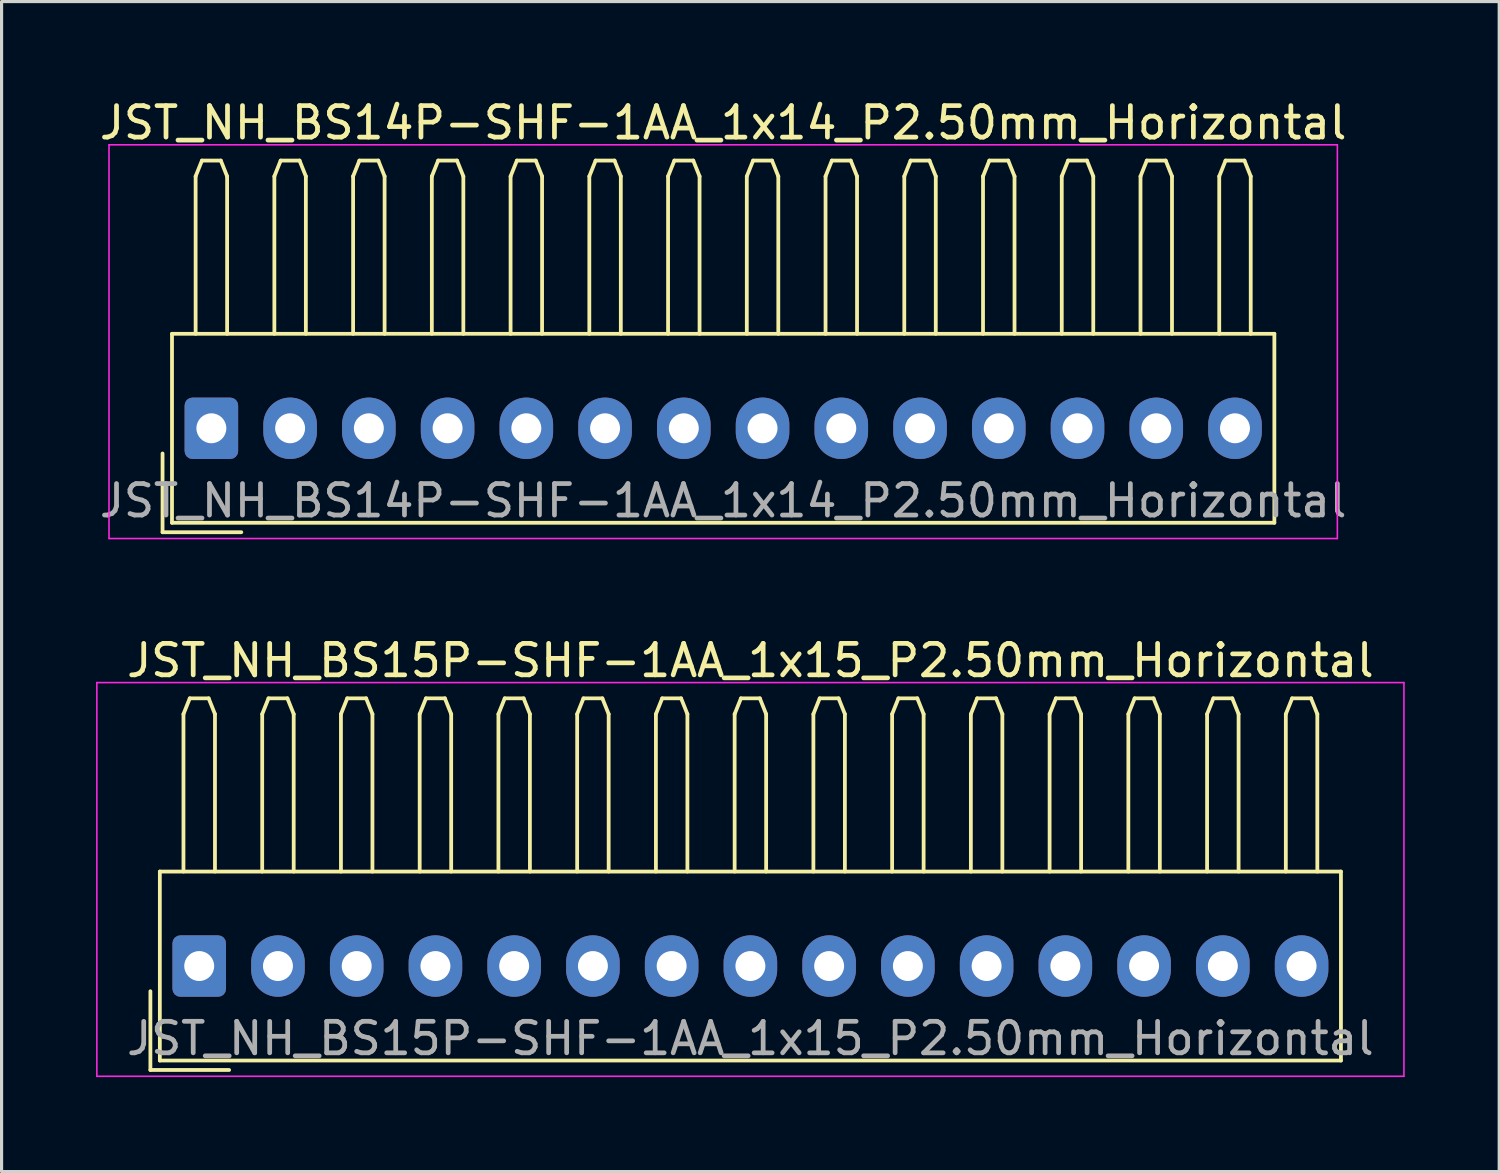
<source format=kicad_pcb>
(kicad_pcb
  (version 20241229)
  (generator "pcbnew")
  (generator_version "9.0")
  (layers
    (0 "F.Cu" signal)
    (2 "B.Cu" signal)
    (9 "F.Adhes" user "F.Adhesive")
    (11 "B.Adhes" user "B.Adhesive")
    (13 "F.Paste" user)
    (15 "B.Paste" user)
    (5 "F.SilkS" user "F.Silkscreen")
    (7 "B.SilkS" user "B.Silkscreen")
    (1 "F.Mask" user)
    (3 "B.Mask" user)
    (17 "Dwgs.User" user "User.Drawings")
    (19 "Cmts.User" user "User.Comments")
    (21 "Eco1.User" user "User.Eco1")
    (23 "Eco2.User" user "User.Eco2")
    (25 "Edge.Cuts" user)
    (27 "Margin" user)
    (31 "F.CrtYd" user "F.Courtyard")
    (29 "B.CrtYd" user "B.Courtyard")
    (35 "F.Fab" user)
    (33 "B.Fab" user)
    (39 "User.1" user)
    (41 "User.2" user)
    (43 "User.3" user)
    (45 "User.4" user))
  (footprint "JST_NH_BS14P-SHF-1AA_1x14_P2.50mm_Horizontal"
    (layer "F.Cu")
    (at 3.661 10.548)
    (property "Reference" "JST_NH_BS14P-SHF-1AA_1x14_P2.50mm_Horizontal" (at 16.25 -9.7 0) (layer "F.SilkS") (effects (font (size 1 1) (thickness 0.15))))
    (attr through_hole)
    (fp_line (start -1.55 0.8) (end -1.55 3.3) (stroke (width 0.12) (type solid)) (layer "F.SilkS"))
    (fp_line (start -1.55 3.3) (end 0.95 3.3) (stroke (width 0.12) (type solid)) (layer "F.SilkS"))
    (fp_line (start -1.25 -3) (end -1.25 3) (stroke (width 0.12) (type solid)) (layer "F.SilkS"))
    (fp_line (start -1.25 3) (end 33.75 3) (stroke (width 0.12) (type solid)) (layer "F.SilkS"))
    (fp_line (start -0.5 -8) (end -0.3 -8.5) (stroke (width 0.12) (type solid)) (layer "F.SilkS"))
    (fp_line (start -0.5 -3) (end -0.5 -8) (stroke (width 0.12) (type solid)) (layer "F.SilkS"))
    (fp_line (start -0.3 -8.5) (end 0.3 -8.5) (stroke (width 0.12) (type solid)) (layer "F.SilkS"))
    (fp_line (start 0.3 -8.5) (end 0.5 -8) (stroke (width 0.12) (type solid)) (layer "F.SilkS"))
    (fp_line (start 0.5 -8) (end 0.5 -3) (stroke (width 0.12) (type solid)) (layer "F.SilkS"))
    (fp_line (start 2 -8) (end 2.2 -8.5) (stroke (width 0.12) (type solid)) (layer "F.SilkS"))
    (fp_line (start 2 -3) (end 2 -8) (stroke (width 0.12) (type solid)) (layer "F.SilkS"))
    (fp_line (start 2.2 -8.5) (end 2.8 -8.5) (stroke (width 0.12) (type solid)) (layer "F.SilkS"))
    (fp_line (start 2.8 -8.5) (end 3 -8) (stroke (width 0.12) (type solid)) (layer "F.SilkS"))
    (fp_line (start 3 -8) (end 3 -3) (stroke (width 0.12) (type solid)) (layer "F.SilkS"))
    (fp_line (start 4.5 -8) (end 4.7 -8.5) (stroke (width 0.12) (type solid)) (layer "F.SilkS"))
    (fp_line (start 4.5 -3) (end 4.5 -8) (stroke (width 0.12) (type solid)) (layer "F.SilkS"))
    (fp_line (start 4.7 -8.5) (end 5.3 -8.5) (stroke (width 0.12) (type solid)) (layer "F.SilkS"))
    (fp_line (start 5.3 -8.5) (end 5.5 -8) (stroke (width 0.12) (type solid)) (layer "F.SilkS"))
    (fp_line (start 5.5 -8) (end 5.5 -3) (stroke (width 0.12) (type solid)) (layer "F.SilkS"))
    (fp_line (start 7 -8) (end 7.2 -8.5) (stroke (width 0.12) (type solid)) (layer "F.SilkS"))
    (fp_line (start 7 -3) (end 7 -8) (stroke (width 0.12) (type solid)) (layer "F.SilkS"))
    (fp_line (start 7.2 -8.5) (end 7.8 -8.5) (stroke (width 0.12) (type solid)) (layer "F.SilkS"))
    (fp_line (start 7.8 -8.5) (end 8 -8) (stroke (width 0.12) (type solid)) (layer "F.SilkS"))
    (fp_line (start 8 -8) (end 8 -3) (stroke (width 0.12) (type solid)) (layer "F.SilkS"))
    (fp_line (start 9.5 -8) (end 9.7 -8.5) (stroke (width 0.12) (type solid)) (layer "F.SilkS"))
    (fp_line (start 9.5 -3) (end 9.5 -8) (stroke (width 0.12) (type solid)) (layer "F.SilkS"))
    (fp_line (start 9.7 -8.5) (end 10.3 -8.5) (stroke (width 0.12) (type solid)) (layer "F.SilkS"))
    (fp_line (start 10.3 -8.5) (end 10.5 -8) (stroke (width 0.12) (type solid)) (layer "F.SilkS"))
    (fp_line (start 10.5 -8) (end 10.5 -3) (stroke (width 0.12) (type solid)) (layer "F.SilkS"))
    (fp_line (start 12 -8) (end 12.2 -8.5) (stroke (width 0.12) (type solid)) (layer "F.SilkS"))
    (fp_line (start 12 -3) (end 12 -8) (stroke (width 0.12) (type solid)) (layer "F.SilkS"))
    (fp_line (start 12.2 -8.5) (end 12.8 -8.5) (stroke (width 0.12) (type solid)) (layer "F.SilkS"))
    (fp_line (start 12.8 -8.5) (end 13 -8) (stroke (width 0.12) (type solid)) (layer "F.SilkS"))
    (fp_line (start 13 -8) (end 13 -3) (stroke (width 0.12) (type solid)) (layer "F.SilkS"))
    (fp_line (start 14.5 -8) (end 14.7 -8.5) (stroke (width 0.12) (type solid)) (layer "F.SilkS"))
    (fp_line (start 14.5 -3) (end 14.5 -8) (stroke (width 0.12) (type solid)) (layer "F.SilkS"))
    (fp_line (start 14.7 -8.5) (end 15.3 -8.5) (stroke (width 0.12) (type solid)) (layer "F.SilkS"))
    (fp_line (start 15.3 -8.5) (end 15.5 -8) (stroke (width 0.12) (type solid)) (layer "F.SilkS"))
    (fp_line (start 15.5 -8) (end 15.5 -3) (stroke (width 0.12) (type solid)) (layer "F.SilkS"))
    (fp_line (start 17 -8) (end 17.2 -8.5) (stroke (width 0.12) (type solid)) (layer "F.SilkS"))
    (fp_line (start 17 -3) (end 17 -8) (stroke (width 0.12) (type solid)) (layer "F.SilkS"))
    (fp_line (start 17.2 -8.5) (end 17.8 -8.5) (stroke (width 0.12) (type solid)) (layer "F.SilkS"))
    (fp_line (start 17.8 -8.5) (end 18 -8) (stroke (width 0.12) (type solid)) (layer "F.SilkS"))
    (fp_line (start 18 -8) (end 18 -3) (stroke (width 0.12) (type solid)) (layer "F.SilkS"))
    (fp_line (start 19.5 -8) (end 19.7 -8.5) (stroke (width 0.12) (type solid)) (layer "F.SilkS"))
    (fp_line (start 19.5 -3) (end 19.5 -8) (stroke (width 0.12) (type solid)) (layer "F.SilkS"))
    (fp_line (start 19.7 -8.5) (end 20.3 -8.5) (stroke (width 0.12) (type solid)) (layer "F.SilkS"))
    (fp_line (start 20.3 -8.5) (end 20.5 -8) (stroke (width 0.12) (type solid)) (layer "F.SilkS"))
    (fp_line (start 20.5 -8) (end 20.5 -3) (stroke (width 0.12) (type solid)) (layer "F.SilkS"))
    (fp_line (start 22 -8) (end 22.2 -8.5) (stroke (width 0.12) (type solid)) (layer "F.SilkS"))
    (fp_line (start 22 -3) (end 22 -8) (stroke (width 0.12) (type solid)) (layer "F.SilkS"))
    (fp_line (start 22.2 -8.5) (end 22.8 -8.5) (stroke (width 0.12) (type solid)) (layer "F.SilkS"))
    (fp_line (start 22.8 -8.5) (end 23 -8) (stroke (width 0.12) (type solid)) (layer "F.SilkS"))
    (fp_line (start 23 -8) (end 23 -3) (stroke (width 0.12) (type solid)) (layer "F.SilkS"))
    (fp_line (start 24.5 -8) (end 24.7 -8.5) (stroke (width 0.12) (type solid)) (layer "F.SilkS"))
    (fp_line (start 24.5 -3) (end 24.5 -8) (stroke (width 0.12) (type solid)) (layer "F.SilkS"))
    (fp_line (start 24.7 -8.5) (end 25.3 -8.5) (stroke (width 0.12) (type solid)) (layer "F.SilkS"))
    (fp_line (start 25.3 -8.5) (end 25.5 -8) (stroke (width 0.12) (type solid)) (layer "F.SilkS"))
    (fp_line (start 25.5 -8) (end 25.5 -3) (stroke (width 0.12) (type solid)) (layer "F.SilkS"))
    (fp_line (start 27 -8) (end 27.2 -8.5) (stroke (width 0.12) (type solid)) (layer "F.SilkS"))
    (fp_line (start 27 -3) (end 27 -8) (stroke (width 0.12) (type solid)) (layer "F.SilkS"))
    (fp_line (start 27.2 -8.5) (end 27.8 -8.5) (stroke (width 0.12) (type solid)) (layer "F.SilkS"))
    (fp_line (start 27.8 -8.5) (end 28 -8) (stroke (width 0.12) (type solid)) (layer "F.SilkS"))
    (fp_line (start 28 -8) (end 28 -3) (stroke (width 0.12) (type solid)) (layer "F.SilkS"))
    (fp_line (start 29.5 -8) (end 29.7 -8.5) (stroke (width 0.12) (type solid)) (layer "F.SilkS"))
    (fp_line (start 29.5 -3) (end 29.5 -8) (stroke (width 0.12) (type solid)) (layer "F.SilkS"))
    (fp_line (start 29.7 -8.5) (end 30.3 -8.5) (stroke (width 0.12) (type solid)) (layer "F.SilkS"))
    (fp_line (start 30.3 -8.5) (end 30.5 -8) (stroke (width 0.12) (type solid)) (layer "F.SilkS"))
    (fp_line (start 30.5 -8) (end 30.5 -3) (stroke (width 0.12) (type solid)) (layer "F.SilkS"))
    (fp_line (start 32 -8) (end 32.2 -8.5) (stroke (width 0.12) (type solid)) (layer "F.SilkS"))
    (fp_line (start 32 -3) (end 32 -8) (stroke (width 0.12) (type solid)) (layer "F.SilkS"))
    (fp_line (start 32.2 -8.5) (end 32.8 -8.5) (stroke (width 0.12) (type solid)) (layer "F.SilkS"))
    (fp_line (start 32.8 -8.5) (end 33 -8) (stroke (width 0.12) (type solid)) (layer "F.SilkS"))
    (fp_line (start 33 -8) (end 33 -3) (stroke (width 0.12) (type solid)) (layer "F.SilkS"))
    (fp_line (start 33.75 -3) (end -1.25 -3) (stroke (width 0.12) (type solid)) (layer "F.SilkS"))
    (fp_line (start 33.75 3) (end 33.75 -3) (stroke (width 0.12) (type solid)) (layer "F.SilkS"))
    (fp_line (start -3.25 -9) (end -3.25 3.5) (stroke (width 0.05) (type solid)) (layer "F.CrtYd"))
    (fp_line (start -3.25 3.5) (end 35.75 3.5) (stroke (width 0.05) (type solid)) (layer "F.CrtYd"))
    (fp_line (start 35.75 -9) (end -3.25 -9) (stroke (width 0.05) (type solid)) (layer "F.CrtYd"))
    (fp_line (start 35.75 3.5) (end 35.75 -9) (stroke (width 0.05) (type solid)) (layer "F.CrtYd"))
    (fp_text user "${REFERENCE}" (at 16.25 2.3 0) (layer "F.Fab") (effects (font (size 1 1) (thickness 0.15))))
    (pad "1" thru_hole roundrect (at 0 0) (size 1.7 1.95) (drill 0.95) (layers "*.Cu" "*.Mask") (roundrect_rratio 0.147))
    (pad "2" thru_hole oval (at 2.5 0) (size 1.7 1.95) (drill 0.95) (layers "*.Cu" "*.Mask"))
    (pad "3" thru_hole oval (at 5 0) (size 1.7 1.95) (drill 0.95) (layers "*.Cu" "*.Mask"))
    (pad "4" thru_hole oval (at 7.5 0) (size 1.7 1.95) (drill 0.95) (layers "*.Cu" "*.Mask"))
    (pad "5" thru_hole oval (at 10 0) (size 1.7 1.95) (drill 0.95) (layers "*.Cu" "*.Mask"))
    (pad "6" thru_hole oval (at 12.5 0) (size 1.7 1.95) (drill 0.95) (layers "*.Cu" "*.Mask"))
    (pad "7" thru_hole oval (at 15 0) (size 1.7 1.95) (drill 0.95) (layers "*.Cu" "*.Mask"))
    (pad "8" thru_hole oval (at 17.5 0) (size 1.7 1.95) (drill 0.95) (layers "*.Cu" "*.Mask"))
    (pad "9" thru_hole oval (at 20 0) (size 1.7 1.95) (drill 0.95) (layers "*.Cu" "*.Mask"))
    (pad "10" thru_hole oval (at 22.5 0) (size 1.7 1.95) (drill 0.95) (layers "*.Cu" "*.Mask"))
    (pad "11" thru_hole oval (at 25 0) (size 1.7 1.95) (drill 0.95) (layers "*.Cu" "*.Mask"))
    (pad "12" thru_hole oval (at 27.5 0) (size 1.7 1.95) (drill 0.95) (layers "*.Cu" "*.Mask"))
    (pad "13" thru_hole oval (at 30 0) (size 1.7 1.95) (drill 0.95) (layers "*.Cu" "*.Mask"))
    (pad "14" thru_hole oval (at 32.5 0) (size 1.7 1.95) (drill 0.95) (layers "*.Cu" "*.Mask")))
  (footprint "JST_NH_BS15P-SHF-1AA_1x15_P2.50mm_Horizontal"
    (layer "F.Cu")
    (at 3.275 27.622)
    (property "Reference" "JST_NH_BS15P-SHF-1AA_1x15_P2.50mm_Horizontal" (at 17.5 -9.7 0) (layer "F.SilkS") (effects (font (size 1 1) (thickness 0.15))))
    (attr through_hole)
    (fp_line (start -1.55 0.8) (end -1.55 3.3) (stroke (width 0.12) (type solid)) (layer "F.SilkS"))
    (fp_line (start -1.55 3.3) (end 0.95 3.3) (stroke (width 0.12) (type solid)) (layer "F.SilkS"))
    (fp_line (start -1.25 -3) (end -1.25 3) (stroke (width 0.12) (type solid)) (layer "F.SilkS"))
    (fp_line (start -1.25 3) (end 36.25 3) (stroke (width 0.12) (type solid)) (layer "F.SilkS"))
    (fp_line (start -0.5 -8) (end -0.3 -8.5) (stroke (width 0.12) (type solid)) (layer "F.SilkS"))
    (fp_line (start -0.5 -3) (end -0.5 -8) (stroke (width 0.12) (type solid)) (layer "F.SilkS"))
    (fp_line (start -0.3 -8.5) (end 0.3 -8.5) (stroke (width 0.12) (type solid)) (layer "F.SilkS"))
    (fp_line (start 0.3 -8.5) (end 0.5 -8) (stroke (width 0.12) (type solid)) (layer "F.SilkS"))
    (fp_line (start 0.5 -8) (end 0.5 -3) (stroke (width 0.12) (type solid)) (layer "F.SilkS"))
    (fp_line (start 2 -8) (end 2.2 -8.5) (stroke (width 0.12) (type solid)) (layer "F.SilkS"))
    (fp_line (start 2 -3) (end 2 -8) (stroke (width 0.12) (type solid)) (layer "F.SilkS"))
    (fp_line (start 2.2 -8.5) (end 2.8 -8.5) (stroke (width 0.12) (type solid)) (layer "F.SilkS"))
    (fp_line (start 2.8 -8.5) (end 3 -8) (stroke (width 0.12) (type solid)) (layer "F.SilkS"))
    (fp_line (start 3 -8) (end 3 -3) (stroke (width 0.12) (type solid)) (layer "F.SilkS"))
    (fp_line (start 4.5 -8) (end 4.7 -8.5) (stroke (width 0.12) (type solid)) (layer "F.SilkS"))
    (fp_line (start 4.5 -3) (end 4.5 -8) (stroke (width 0.12) (type solid)) (layer "F.SilkS"))
    (fp_line (start 4.7 -8.5) (end 5.3 -8.5) (stroke (width 0.12) (type solid)) (layer "F.SilkS"))
    (fp_line (start 5.3 -8.5) (end 5.5 -8) (stroke (width 0.12) (type solid)) (layer "F.SilkS"))
    (fp_line (start 5.5 -8) (end 5.5 -3) (stroke (width 0.12) (type solid)) (layer "F.SilkS"))
    (fp_line (start 7 -8) (end 7.2 -8.5) (stroke (width 0.12) (type solid)) (layer "F.SilkS"))
    (fp_line (start 7 -3) (end 7 -8) (stroke (width 0.12) (type solid)) (layer "F.SilkS"))
    (fp_line (start 7.2 -8.5) (end 7.8 -8.5) (stroke (width 0.12) (type solid)) (layer "F.SilkS"))
    (fp_line (start 7.8 -8.5) (end 8 -8) (stroke (width 0.12) (type solid)) (layer "F.SilkS"))
    (fp_line (start 8 -8) (end 8 -3) (stroke (width 0.12) (type solid)) (layer "F.SilkS"))
    (fp_line (start 9.5 -8) (end 9.7 -8.5) (stroke (width 0.12) (type solid)) (layer "F.SilkS"))
    (fp_line (start 9.5 -3) (end 9.5 -8) (stroke (width 0.12) (type solid)) (layer "F.SilkS"))
    (fp_line (start 9.7 -8.5) (end 10.3 -8.5) (stroke (width 0.12) (type solid)) (layer "F.SilkS"))
    (fp_line (start 10.3 -8.5) (end 10.5 -8) (stroke (width 0.12) (type solid)) (layer "F.SilkS"))
    (fp_line (start 10.5 -8) (end 10.5 -3) (stroke (width 0.12) (type solid)) (layer "F.SilkS"))
    (fp_line (start 12 -8) (end 12.2 -8.5) (stroke (width 0.12) (type solid)) (layer "F.SilkS"))
    (fp_line (start 12 -3) (end 12 -8) (stroke (width 0.12) (type solid)) (layer "F.SilkS"))
    (fp_line (start 12.2 -8.5) (end 12.8 -8.5) (stroke (width 0.12) (type solid)) (layer "F.SilkS"))
    (fp_line (start 12.8 -8.5) (end 13 -8) (stroke (width 0.12) (type solid)) (layer "F.SilkS"))
    (fp_line (start 13 -8) (end 13 -3) (stroke (width 0.12) (type solid)) (layer "F.SilkS"))
    (fp_line (start 14.5 -8) (end 14.7 -8.5) (stroke (width 0.12) (type solid)) (layer "F.SilkS"))
    (fp_line (start 14.5 -3) (end 14.5 -8) (stroke (width 0.12) (type solid)) (layer "F.SilkS"))
    (fp_line (start 14.7 -8.5) (end 15.3 -8.5) (stroke (width 0.12) (type solid)) (layer "F.SilkS"))
    (fp_line (start 15.3 -8.5) (end 15.5 -8) (stroke (width 0.12) (type solid)) (layer "F.SilkS"))
    (fp_line (start 15.5 -8) (end 15.5 -3) (stroke (width 0.12) (type solid)) (layer "F.SilkS"))
    (fp_line (start 17 -8) (end 17.2 -8.5) (stroke (width 0.12) (type solid)) (layer "F.SilkS"))
    (fp_line (start 17 -3) (end 17 -8) (stroke (width 0.12) (type solid)) (layer "F.SilkS"))
    (fp_line (start 17.2 -8.5) (end 17.8 -8.5) (stroke (width 0.12) (type solid)) (layer "F.SilkS"))
    (fp_line (start 17.8 -8.5) (end 18 -8) (stroke (width 0.12) (type solid)) (layer "F.SilkS"))
    (fp_line (start 18 -8) (end 18 -3) (stroke (width 0.12) (type solid)) (layer "F.SilkS"))
    (fp_line (start 19.5 -8) (end 19.7 -8.5) (stroke (width 0.12) (type solid)) (layer "F.SilkS"))
    (fp_line (start 19.5 -3) (end 19.5 -8) (stroke (width 0.12) (type solid)) (layer "F.SilkS"))
    (fp_line (start 19.7 -8.5) (end 20.3 -8.5) (stroke (width 0.12) (type solid)) (layer "F.SilkS"))
    (fp_line (start 20.3 -8.5) (end 20.5 -8) (stroke (width 0.12) (type solid)) (layer "F.SilkS"))
    (fp_line (start 20.5 -8) (end 20.5 -3) (stroke (width 0.12) (type solid)) (layer "F.SilkS"))
    (fp_line (start 22 -8) (end 22.2 -8.5) (stroke (width 0.12) (type solid)) (layer "F.SilkS"))
    (fp_line (start 22 -3) (end 22 -8) (stroke (width 0.12) (type solid)) (layer "F.SilkS"))
    (fp_line (start 22.2 -8.5) (end 22.8 -8.5) (stroke (width 0.12) (type solid)) (layer "F.SilkS"))
    (fp_line (start 22.8 -8.5) (end 23 -8) (stroke (width 0.12) (type solid)) (layer "F.SilkS"))
    (fp_line (start 23 -8) (end 23 -3) (stroke (width 0.12) (type solid)) (layer "F.SilkS"))
    (fp_line (start 24.5 -8) (end 24.7 -8.5) (stroke (width 0.12) (type solid)) (layer "F.SilkS"))
    (fp_line (start 24.5 -3) (end 24.5 -8) (stroke (width 0.12) (type solid)) (layer "F.SilkS"))
    (fp_line (start 24.7 -8.5) (end 25.3 -8.5) (stroke (width 0.12) (type solid)) (layer "F.SilkS"))
    (fp_line (start 25.3 -8.5) (end 25.5 -8) (stroke (width 0.12) (type solid)) (layer "F.SilkS"))
    (fp_line (start 25.5 -8) (end 25.5 -3) (stroke (width 0.12) (type solid)) (layer "F.SilkS"))
    (fp_line (start 27 -8) (end 27.2 -8.5) (stroke (width 0.12) (type solid)) (layer "F.SilkS"))
    (fp_line (start 27 -3) (end 27 -8) (stroke (width 0.12) (type solid)) (layer "F.SilkS"))
    (fp_line (start 27.2 -8.5) (end 27.8 -8.5) (stroke (width 0.12) (type solid)) (layer "F.SilkS"))
    (fp_line (start 27.8 -8.5) (end 28 -8) (stroke (width 0.12) (type solid)) (layer "F.SilkS"))
    (fp_line (start 28 -8) (end 28 -3) (stroke (width 0.12) (type solid)) (layer "F.SilkS"))
    (fp_line (start 29.5 -8) (end 29.7 -8.5) (stroke (width 0.12) (type solid)) (layer "F.SilkS"))
    (fp_line (start 29.5 -3) (end 29.5 -8) (stroke (width 0.12) (type solid)) (layer "F.SilkS"))
    (fp_line (start 29.7 -8.5) (end 30.3 -8.5) (stroke (width 0.12) (type solid)) (layer "F.SilkS"))
    (fp_line (start 30.3 -8.5) (end 30.5 -8) (stroke (width 0.12) (type solid)) (layer "F.SilkS"))
    (fp_line (start 30.5 -8) (end 30.5 -3) (stroke (width 0.12) (type solid)) (layer "F.SilkS"))
    (fp_line (start 32 -8) (end 32.2 -8.5) (stroke (width 0.12) (type solid)) (layer "F.SilkS"))
    (fp_line (start 32 -3) (end 32 -8) (stroke (width 0.12) (type solid)) (layer "F.SilkS"))
    (fp_line (start 32.2 -8.5) (end 32.8 -8.5) (stroke (width 0.12) (type solid)) (layer "F.SilkS"))
    (fp_line (start 32.8 -8.5) (end 33 -8) (stroke (width 0.12) (type solid)) (layer "F.SilkS"))
    (fp_line (start 33 -8) (end 33 -3) (stroke (width 0.12) (type solid)) (layer "F.SilkS"))
    (fp_line (start 34.5 -8) (end 34.7 -8.5) (stroke (width 0.12) (type solid)) (layer "F.SilkS"))
    (fp_line (start 34.5 -3) (end 34.5 -8) (stroke (width 0.12) (type solid)) (layer "F.SilkS"))
    (fp_line (start 34.7 -8.5) (end 35.3 -8.5) (stroke (width 0.12) (type solid)) (layer "F.SilkS"))
    (fp_line (start 35.3 -8.5) (end 35.5 -8) (stroke (width 0.12) (type solid)) (layer "F.SilkS"))
    (fp_line (start 35.5 -8) (end 35.5 -3) (stroke (width 0.12) (type solid)) (layer "F.SilkS"))
    (fp_line (start 36.25 -3) (end -1.25 -3) (stroke (width 0.12) (type solid)) (layer "F.SilkS"))
    (fp_line (start 36.25 3) (end 36.25 -3) (stroke (width 0.12) (type solid)) (layer "F.SilkS"))
    (fp_line (start -3.25 -9) (end -3.25 3.5) (stroke (width 0.05) (type solid)) (layer "F.CrtYd"))
    (fp_line (start -3.25 3.5) (end 38.25 3.5) (stroke (width 0.05) (type solid)) (layer "F.CrtYd"))
    (fp_line (start 38.25 -9) (end -3.25 -9) (stroke (width 0.05) (type solid)) (layer "F.CrtYd"))
    (fp_line (start 38.25 3.5) (end 38.25 -9) (stroke (width 0.05) (type solid)) (layer "F.CrtYd"))
    (fp_text user "${REFERENCE}" (at 17.5 2.3 0) (layer "F.Fab") (effects (font (size 1 1) (thickness 0.15))))
    (pad "1" thru_hole roundrect (at 0 0) (size 1.7 1.95) (drill 0.95) (layers "*.Cu" "*.Mask") (roundrect_rratio 0.147))
    (pad "2" thru_hole oval (at 2.5 0) (size 1.7 1.95) (drill 0.95) (layers "*.Cu" "*.Mask"))
    (pad "3" thru_hole oval (at 5 0) (size 1.7 1.95) (drill 0.95) (layers "*.Cu" "*.Mask"))
    (pad "4" thru_hole oval (at 7.5 0) (size 1.7 1.95) (drill 0.95) (layers "*.Cu" "*.Mask"))
    (pad "5" thru_hole oval (at 10 0) (size 1.7 1.95) (drill 0.95) (layers "*.Cu" "*.Mask"))
    (pad "6" thru_hole oval (at 12.5 0) (size 1.7 1.95) (drill 0.95) (layers "*.Cu" "*.Mask"))
    (pad "7" thru_hole oval (at 15 0) (size 1.7 1.95) (drill 0.95) (layers "*.Cu" "*.Mask"))
    (pad "8" thru_hole oval (at 17.5 0) (size 1.7 1.95) (drill 0.95) (layers "*.Cu" "*.Mask"))
    (pad "9" thru_hole oval (at 20 0) (size 1.7 1.95) (drill 0.95) (layers "*.Cu" "*.Mask"))
    (pad "10" thru_hole oval (at 22.5 0) (size 1.7 1.95) (drill 0.95) (layers "*.Cu" "*.Mask"))
    (pad "11" thru_hole oval (at 25 0) (size 1.7 1.95) (drill 0.95) (layers "*.Cu" "*.Mask"))
    (pad "12" thru_hole oval (at 27.5 0) (size 1.7 1.95) (drill 0.95) (layers "*.Cu" "*.Mask"))
    (pad "13" thru_hole oval (at 30 0) (size 1.7 1.95) (drill 0.95) (layers "*.Cu" "*.Mask"))
    (pad "14" thru_hole oval (at 32.5 0) (size 1.7 1.95) (drill 0.95) (layers "*.Cu" "*.Mask"))
    (pad "15" thru_hole oval (at 35 0) (size 1.7 1.95) (drill 0.95) (layers "*.Cu" "*.Mask")))
  (gr_rect
    (start -3 -3)
    (end 44.55 34.147)
    (stroke (width 0.1) (type default))
    (fill no)
    (layer "Edge.Cuts")))
</source>
